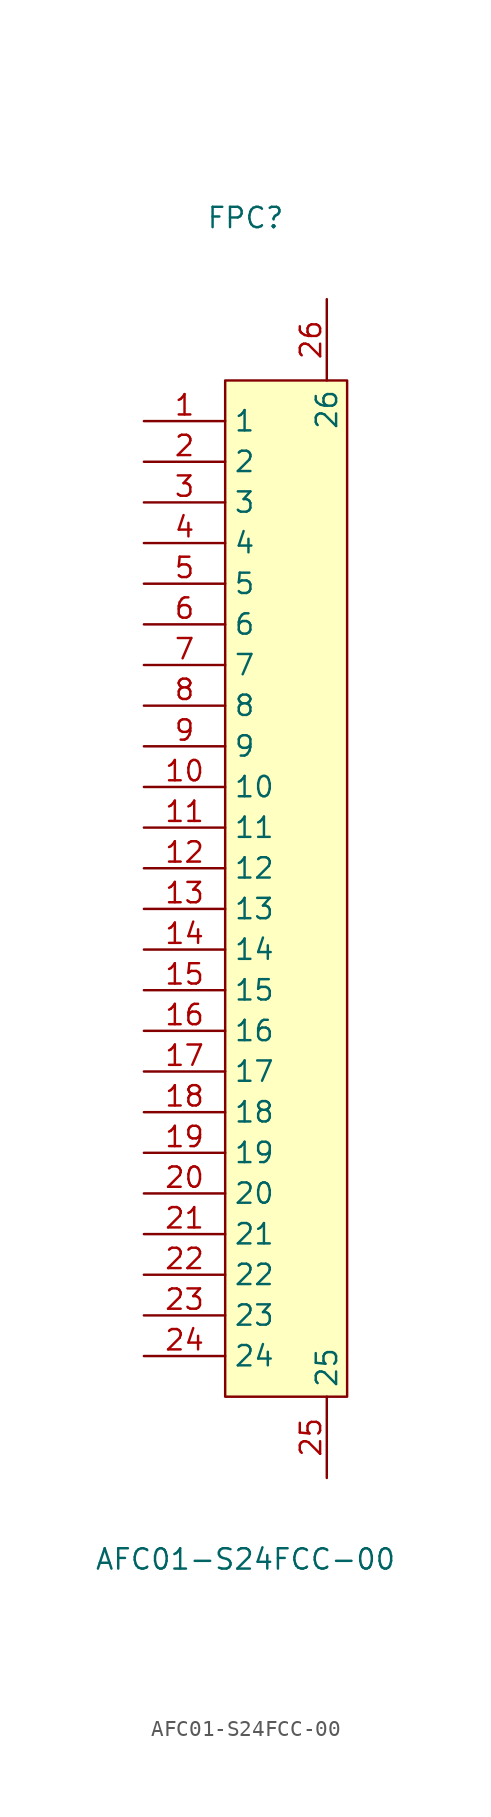
<source format=kicad_sym>
(kicad_symbol_lib
  (version 20211014)
  (generator https://github.com/uPesy/easyeda2kicad.py)
  (symbol "AFC01-S24FCC-00"
    (property "Reference" "FPC"
      (at 0 41.91 0)
      (effects (font (size 1.27 1.27))))
    (property "Value" "AFC01-S24FCC-00"
      (at 0 -41.91 0)
      (effects (font (size 1.27 1.27))))
    (symbol "AFC01-S24FCC-00_0_1"
      (rectangle (start -1.27 31.75) (end 6.35 -31.75) (stroke (width 0) (type default) (color 0 0 0 0)) (fill (type background)))
      (pin unspecified line (at -6.35 29.21 0) (length 5.08) (name "1" (effects (font (size 1.27 1.27)))) (number "1" (effects (font (size 1.27 1.27)))))
      (pin unspecified line (at -6.35 26.67 0) (length 5.08) (name "2" (effects (font (size 1.27 1.27)))) (number "2" (effects (font (size 1.27 1.27)))))
      (pin unspecified line (at -6.35 24.13 0) (length 5.08) (name "3" (effects (font (size 1.27 1.27)))) (number "3" (effects (font (size 1.27 1.27)))))
      (pin unspecified line (at -6.35 21.59 0) (length 5.08) (name "4" (effects (font (size 1.27 1.27)))) (number "4" (effects (font (size 1.27 1.27)))))
      (pin unspecified line (at -6.35 19.05 0) (length 5.08) (name "5" (effects (font (size 1.27 1.27)))) (number "5" (effects (font (size 1.27 1.27)))))
      (pin unspecified line (at -6.35 16.51 0) (length 5.08) (name "6" (effects (font (size 1.27 1.27)))) (number "6" (effects (font (size 1.27 1.27)))))
      (pin unspecified line (at -6.35 13.97 0) (length 5.08) (name "7" (effects (font (size 1.27 1.27)))) (number "7" (effects (font (size 1.27 1.27)))))
      (pin unspecified line (at -6.35 11.43 0) (length 5.08) (name "8" (effects (font (size 1.27 1.27)))) (number "8" (effects (font (size 1.27 1.27)))))
      (pin unspecified line (at -6.35 8.89 0) (length 5.08) (name "9" (effects (font (size 1.27 1.27)))) (number "9" (effects (font (size 1.27 1.27)))))
      (pin unspecified line (at -6.35 6.35 0) (length 5.08) (name "10" (effects (font (size 1.27 1.27)))) (number "10" (effects (font (size 1.27 1.27)))))
      (pin unspecified line (at -6.35 3.81 0) (length 5.08) (name "11" (effects (font (size 1.27 1.27)))) (number "11" (effects (font (size 1.27 1.27)))))
      (pin unspecified line (at -6.35 1.27 0) (length 5.08) (name "12" (effects (font (size 1.27 1.27)))) (number "12" (effects (font (size 1.27 1.27)))))
      (pin unspecified line (at -6.35 -1.27 0) (length 5.08) (name "13" (effects (font (size 1.27 1.27)))) (number "13" (effects (font (size 1.27 1.27)))))
      (pin unspecified line (at -6.35 -3.81 0) (length 5.08) (name "14" (effects (font (size 1.27 1.27)))) (number "14" (effects (font (size 1.27 1.27)))))
      (pin unspecified line (at -6.35 -6.35 0) (length 5.08) (name "15" (effects (font (size 1.27 1.27)))) (number "15" (effects (font (size 1.27 1.27)))))
      (pin unspecified line (at -6.35 -8.89 0) (length 5.08) (name "16" (effects (font (size 1.27 1.27)))) (number "16" (effects (font (size 1.27 1.27)))))
      (pin unspecified line (at -6.35 -11.43 0) (length 5.08) (name "17" (effects (font (size 1.27 1.27)))) (number "17" (effects (font (size 1.27 1.27)))))
      (pin unspecified line (at -6.35 -13.97 0) (length 5.08) (name "18" (effects (font (size 1.27 1.27)))) (number "18" (effects (font (size 1.27 1.27)))))
      (pin unspecified line (at -6.35 -16.51 0) (length 5.08) (name "19" (effects (font (size 1.27 1.27)))) (number "19" (effects (font (size 1.27 1.27)))))
      (pin unspecified line (at -6.35 -19.05 0) (length 5.08) (name "20" (effects (font (size 1.27 1.27)))) (number "20" (effects (font (size 1.27 1.27)))))
      (pin unspecified line (at -6.35 -21.59 0) (length 5.08) (name "21" (effects (font (size 1.27 1.27)))) (number "21" (effects (font (size 1.27 1.27)))))
      (pin unspecified line (at -6.35 -24.13 0) (length 5.08) (name "22" (effects (font (size 1.27 1.27)))) (number "22" (effects (font (size 1.27 1.27)))))
      (pin unspecified line (at -6.35 -26.67 0) (length 5.08) (name "23" (effects (font (size 1.27 1.27)))) (number "23" (effects (font (size 1.27 1.27)))))
      (pin unspecified line (at -6.35 -29.21 0) (length 5.08) (name "24" (effects (font (size 1.27 1.27)))) (number "24" (effects (font (size 1.27 1.27)))))
      (pin unspecified line (at 5.08 -36.83 90) (length 5.08) (name "25" (effects (font (size 1.27 1.27)))) (number "25" (effects (font (size 1.27 1.27)))))
      (pin unspecified line (at 5.08 36.83 270) (length 5.08) (name "26" (effects (font (size 1.27 1.27)))) (number "26" (effects (font (size 1.27 1.27))))))))
</source>
